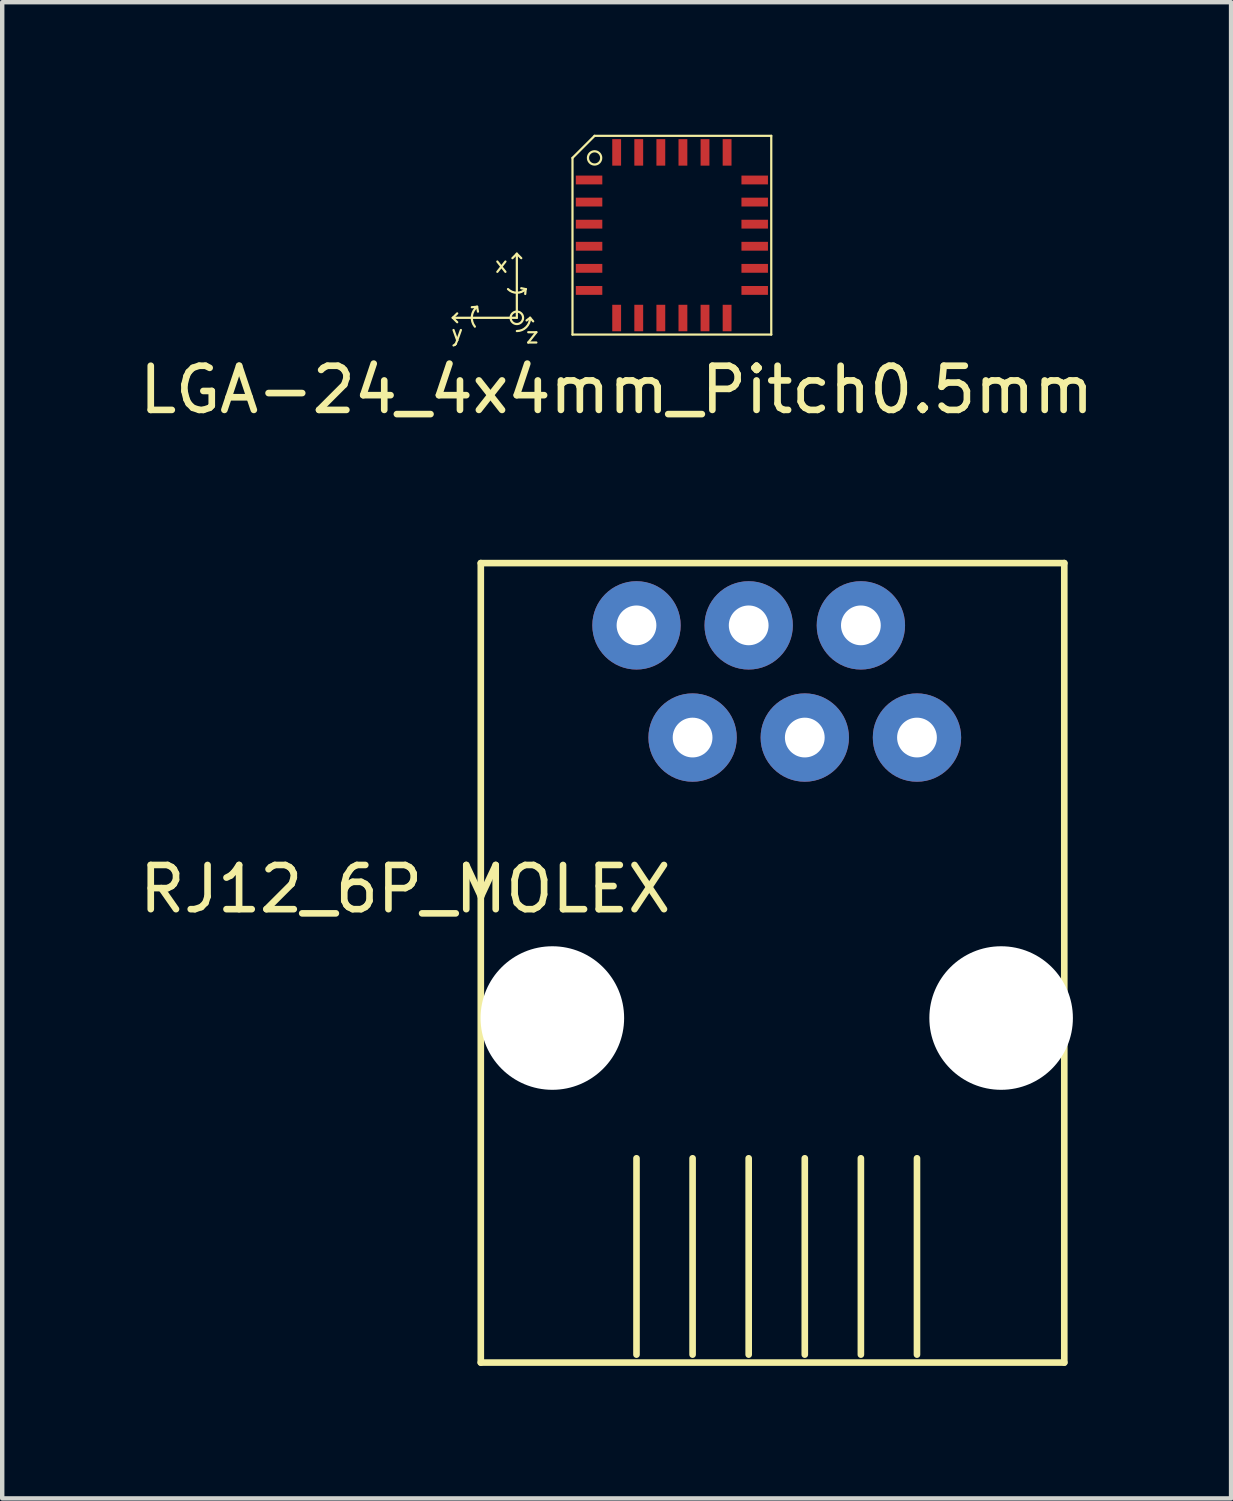
<source format=kicad_pcb>
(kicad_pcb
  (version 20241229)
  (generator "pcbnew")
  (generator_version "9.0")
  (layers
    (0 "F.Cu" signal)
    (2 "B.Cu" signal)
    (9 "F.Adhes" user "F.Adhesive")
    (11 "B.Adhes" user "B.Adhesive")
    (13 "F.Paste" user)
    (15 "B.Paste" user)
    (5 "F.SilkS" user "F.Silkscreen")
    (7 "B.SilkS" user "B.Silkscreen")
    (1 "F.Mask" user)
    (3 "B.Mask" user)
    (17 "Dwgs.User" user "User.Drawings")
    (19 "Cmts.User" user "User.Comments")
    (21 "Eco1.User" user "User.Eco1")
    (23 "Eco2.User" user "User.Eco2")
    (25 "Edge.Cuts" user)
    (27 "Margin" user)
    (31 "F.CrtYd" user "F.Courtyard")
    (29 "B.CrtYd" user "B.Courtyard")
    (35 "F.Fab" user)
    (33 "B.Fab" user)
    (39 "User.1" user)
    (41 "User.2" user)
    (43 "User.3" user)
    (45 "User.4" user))
  (footprint "RJ12_6P_MOLEX"
    (layer "F.Cu")
    (at 14.535 11.108)
    (property "Reference" "RJ12_6P_MOLEX" (at -8.41 5.97 0) (layer "F.SilkS") (effects (font (size 1 1) (thickness 0.15))))
    (attr through_hole)
    (fp_line (start -6.7 -1.41) (end -6.7 16.69) (stroke (width 0.15) (type solid)) (layer "F.SilkS"))
    (fp_line (start -6.7 16.69) (end 6.51 16.69) (stroke (width 0.15) (type solid)) (layer "F.SilkS"))
    (fp_line (start -3.175 16.51) (end -3.175 12.065) (stroke (width 0.15) (type solid)) (layer "F.SilkS"))
    (fp_line (start -1.905 16.51) (end -1.905 12.065) (stroke (width 0.15) (type solid)) (layer "F.SilkS"))
    (fp_line (start -0.635 16.51) (end -0.635 12.065) (stroke (width 0.15) (type solid)) (layer "F.SilkS"))
    (fp_line (start 0.635 16.51) (end 0.635 12.065) (stroke (width 0.15) (type solid)) (layer "F.SilkS"))
    (fp_line (start 1.905 16.51) (end 1.905 12.065) (stroke (width 0.15) (type solid)) (layer "F.SilkS"))
    (fp_line (start 3.175 16.51) (end 3.175 12.065) (stroke (width 0.15) (type solid)) (layer "F.SilkS"))
    (fp_line (start 6.51 -1.41) (end -6.7 -1.41) (stroke (width 0.15) (type solid)) (layer "F.SilkS"))
    (fp_line (start 6.51 16.69) (end 6.51 -1.41) (stroke (width 0.15) (type solid)) (layer "F.SilkS"))
    (pad "" np_thru_hole circle (at -5.08 8.89) (size 3.25 3.25) (drill 3.25) (layers "*.Cu" "*.Mask"))
    (pad "" np_thru_hole circle (at 5.08 8.89) (size 3.25 3.25) (drill 3.25) (layers "*.Cu" "*.Mask"))
    (pad "1" thru_hole circle (at -3.175 0) (size 2 2) (drill 0.9) (layers "*.Cu" "*.Mask"))
    (pad "2" thru_hole circle (at -1.905 2.54) (size 2 2) (drill 0.9) (layers "*.Cu" "*.Mask"))
    (pad "3" thru_hole circle (at -0.635 0) (size 2 2) (drill 0.9) (layers "*.Cu" "*.Mask"))
    (pad "4" thru_hole circle (at 0.635 2.54) (size 2 2) (drill 0.9) (layers "*.Cu" "*.Mask"))
    (pad "5" thru_hole circle (at 1.905 0) (size 2 2) (drill 0.9) (layers "*.Cu" "*.Mask"))
    (pad "6" thru_hole circle (at 3.175 2.54) (size 2 2) (drill 0.9) (layers "*.Cu" "*.Mask")))
  (footprint "LGA-24_4x4mm_Pitch0.5mm"
    (layer "F.Cu")
    (at 12.161 2.275)
    (property "Reference" "LGA-24_4x4mm_Pitch0.5mm" (at -1.25 3.5 180) (layer "F.SilkS") (effects (font (size 1 1) (thickness 0.15))))
    (attr through_hole)
    (fp_line (start -4.96 1.87) (end -4.86 1.77) (stroke (width 0.05) (type solid)) (layer "F.SilkS"))
    (fp_line (start -4.96 1.87) (end -4.86 1.97) (stroke (width 0.05) (type solid)) (layer "F.SilkS"))
    (fp_line (start -4.41 1.62) (end -4.53 1.63) (stroke (width 0.05) (type solid)) (layer "F.SilkS"))
    (fp_line (start -4.41 1.62) (end -4.39 1.73) (stroke (width 0.05) (type solid)) (layer "F.SilkS"))
    (fp_line (start -3.51 0.42) (end -3.61 0.52) (stroke (width 0.05) (type solid)) (layer "F.SilkS"))
    (fp_line (start -3.51 0.42) (end -3.41 0.52) (stroke (width 0.05) (type solid)) (layer "F.SilkS"))
    (fp_line (start -3.51 1.87) (end -4.96 1.87) (stroke (width 0.05) (type solid)) (layer "F.SilkS"))
    (fp_line (start -3.51 1.87) (end -3.51 0.42) (stroke (width 0.05) (type solid)) (layer "F.SilkS"))
    (fp_line (start -3.31 1.22) (end -3.41 1.2) (stroke (width 0.05) (type solid)) (layer "F.SilkS"))
    (fp_line (start -3.31 1.22) (end -3.32 1.33) (stroke (width 0.05) (type solid)) (layer "F.SilkS"))
    (fp_line (start -3.21 1.87) (end -3.29 1.93) (stroke (width 0.05) (type solid)) (layer "F.SilkS"))
    (fp_line (start -3.21 1.87) (end -3.14 1.95) (stroke (width 0.05) (type solid)) (layer "F.SilkS"))
    (fp_line (start -2.25 -1.75) (end -2.25 2.25) (stroke (width 0.05) (type solid)) (layer "F.SilkS"))
    (fp_line (start -2.25 2.25) (end 2.25 2.25) (stroke (width 0.05) (type solid)) (layer "F.SilkS"))
    (fp_line (start -1.75 -2.25) (end -2.25 -1.75) (stroke (width 0.05) (type solid)) (layer "F.SilkS"))
    (fp_line (start 2.25 -2.25) (end -1.75 -2.25) (stroke (width 0.05) (type solid)) (layer "F.SilkS"))
    (fp_line (start 2.25 2.25) (end 2.25 -2.25) (stroke (width 0.05) (type solid)) (layer "F.SilkS"))
    (fp_arc (start -4.46 2.07) (mid -4.528198 1.834645) (end -4.41 1.62) (stroke (width 0.05) (type solid)) (layer "F.SilkS"))
    (fp_arc (start -3.31 1.22) (mid -3.51 1.302843) (end -3.71 1.22) (stroke (width 0.05) (type solid)) (layer "F.SilkS"))
    (fp_arc (start -3.21 1.87) (mid -3.297868 2.082132) (end -3.51 2.17) (stroke (width 0.05) (type solid)) (layer "F.SilkS"))
    (fp_circle (center -3.51 1.87) (end -3.61 1.77) (stroke (width 0.05) (type solid)) (fill no) (layer "F.SilkS"))
    (fp_circle (center -1.75 -1.75) (end -1.6 -1.75) (stroke (width 0.05) (type solid)) (fill no) (layer "F.SilkS"))
    (fp_text user "z" (at -3.16 2.27 180) (layer "F.SilkS") (effects (font (size 0.35 0.35) (thickness 0.05))))
    (fp_text user "x" (at -3.86 0.67 180) (layer "F.SilkS") (effects (font (size 0.35 0.35) (thickness 0.05))))
    (fp_text user "y" (at -4.86 2.22 180) (layer "F.SilkS") (effects (font (size 0.35 0.35) (thickness 0.05))))
    (pad "1" smd rect (at -1.75 -1.25 90) (size 0.2 0.6) (drill (offset 0 -0.125)) (layers "F.Cu" "F.Mask" "F.Paste"))
    (pad "2" smd rect (at -1.75 -0.75 90) (size 0.2 0.6) (drill (offset 0 -0.125)) (layers "F.Cu" "F.Mask" "F.Paste"))
    (pad "3" smd rect (at -1.75 -0.25 90) (size 0.2 0.6) (drill (offset 0 -0.125)) (layers "F.Cu" "F.Mask" "F.Paste"))
    (pad "4" smd rect (at -1.75 0.25 90) (size 0.2 0.6) (drill (offset 0 -0.125)) (layers "F.Cu" "F.Mask" "F.Paste"))
    (pad "5" smd rect (at -1.75 0.75 90) (size 0.2 0.6) (drill (offset 0 -0.125)) (layers "F.Cu" "F.Mask" "F.Paste"))
    (pad "6" smd rect (at -1.75 1.25 90) (size 0.2 0.6) (drill (offset 0 -0.125)) (layers "F.Cu" "F.Mask" "F.Paste"))
    (pad "7" smd rect (at -1.25 1.75 180) (size 0.2 0.6) (drill (offset 0 -0.125)) (layers "F.Cu" "F.Mask" "F.Paste"))
    (pad "8" smd rect (at -0.75 1.75 180) (size 0.2 0.6) (drill (offset 0 -0.125)) (layers "F.Cu" "F.Mask" "F.Paste"))
    (pad "9" smd rect (at -0.25 1.75 180) (size 0.2 0.6) (drill (offset 0 -0.125)) (layers "F.Cu" "F.Mask" "F.Paste"))
    (pad "10" smd rect (at 0.25 1.75 180) (size 0.2 0.6) (drill (offset 0 -0.125)) (layers "F.Cu" "F.Mask" "F.Paste"))
    (pad "11" smd rect (at 0.75 1.75 180) (size 0.2 0.6) (drill (offset 0 -0.125)) (layers "F.Cu" "F.Mask" "F.Paste"))
    (pad "12" smd rect (at 1.25 1.75 180) (size 0.2 0.6) (drill (offset 0 -0.125)) (layers "F.Cu" "F.Mask" "F.Paste"))
    (pad "13" smd rect (at 1.75 1.25 270) (size 0.2 0.6) (drill (offset 0 -0.125)) (layers "F.Cu" "F.Mask" "F.Paste"))
    (pad "14" smd rect (at 1.75 0.75 270) (size 0.2 0.6) (drill (offset 0 -0.125)) (layers "F.Cu" "F.Mask" "F.Paste"))
    (pad "15" smd rect (at 1.75 0.25 270) (size 0.2 0.6) (drill (offset 0 -0.125)) (layers "F.Cu" "F.Mask" "F.Paste"))
    (pad "16" smd rect (at 1.75 -0.25 270) (size 0.2 0.6) (drill (offset 0 -0.125)) (layers "F.Cu" "F.Mask" "F.Paste"))
    (pad "17" smd rect (at 1.75 -0.75 270) (size 0.2 0.6) (drill (offset 0 -0.125)) (layers "F.Cu" "F.Mask" "F.Paste"))
    (pad "18" smd rect (at 1.75 -1.25 270) (size 0.2 0.6) (drill (offset 0 -0.125)) (layers "F.Cu" "F.Mask" "F.Paste"))
    (pad "19" smd rect (at 1.25 -1.75) (size 0.2 0.6) (drill (offset 0 -0.125)) (layers "F.Cu" "F.Mask" "F.Paste"))
    (pad "20" smd rect (at 0.75 -1.75) (size 0.2 0.6) (drill (offset 0 -0.125)) (layers "F.Cu" "F.Mask" "F.Paste"))
    (pad "21" smd rect (at 0.25 -1.75) (size 0.2 0.6) (drill (offset 0 -0.125)) (layers "F.Cu" "F.Mask" "F.Paste"))
    (pad "22" smd rect (at -0.25 -1.75) (size 0.2 0.6) (drill (offset 0 -0.125)) (layers "F.Cu" "F.Mask" "F.Paste"))
    (pad "23" smd rect (at -0.75 -1.75) (size 0.2 0.6) (drill (offset 0 -0.125)) (layers "F.Cu" "F.Mask" "F.Paste"))
    (pad "24" smd rect (at -1.25 -1.75) (size 0.2 0.6) (drill (offset 0 -0.125)) (layers "F.Cu" "F.Mask" "F.Paste")))
  (gr_rect
    (start -3 -3)
    (end 24.821 30.873)
    (stroke (width 0.1) (type default))
    (fill no)
    (layer "Edge.Cuts")))
</source>
